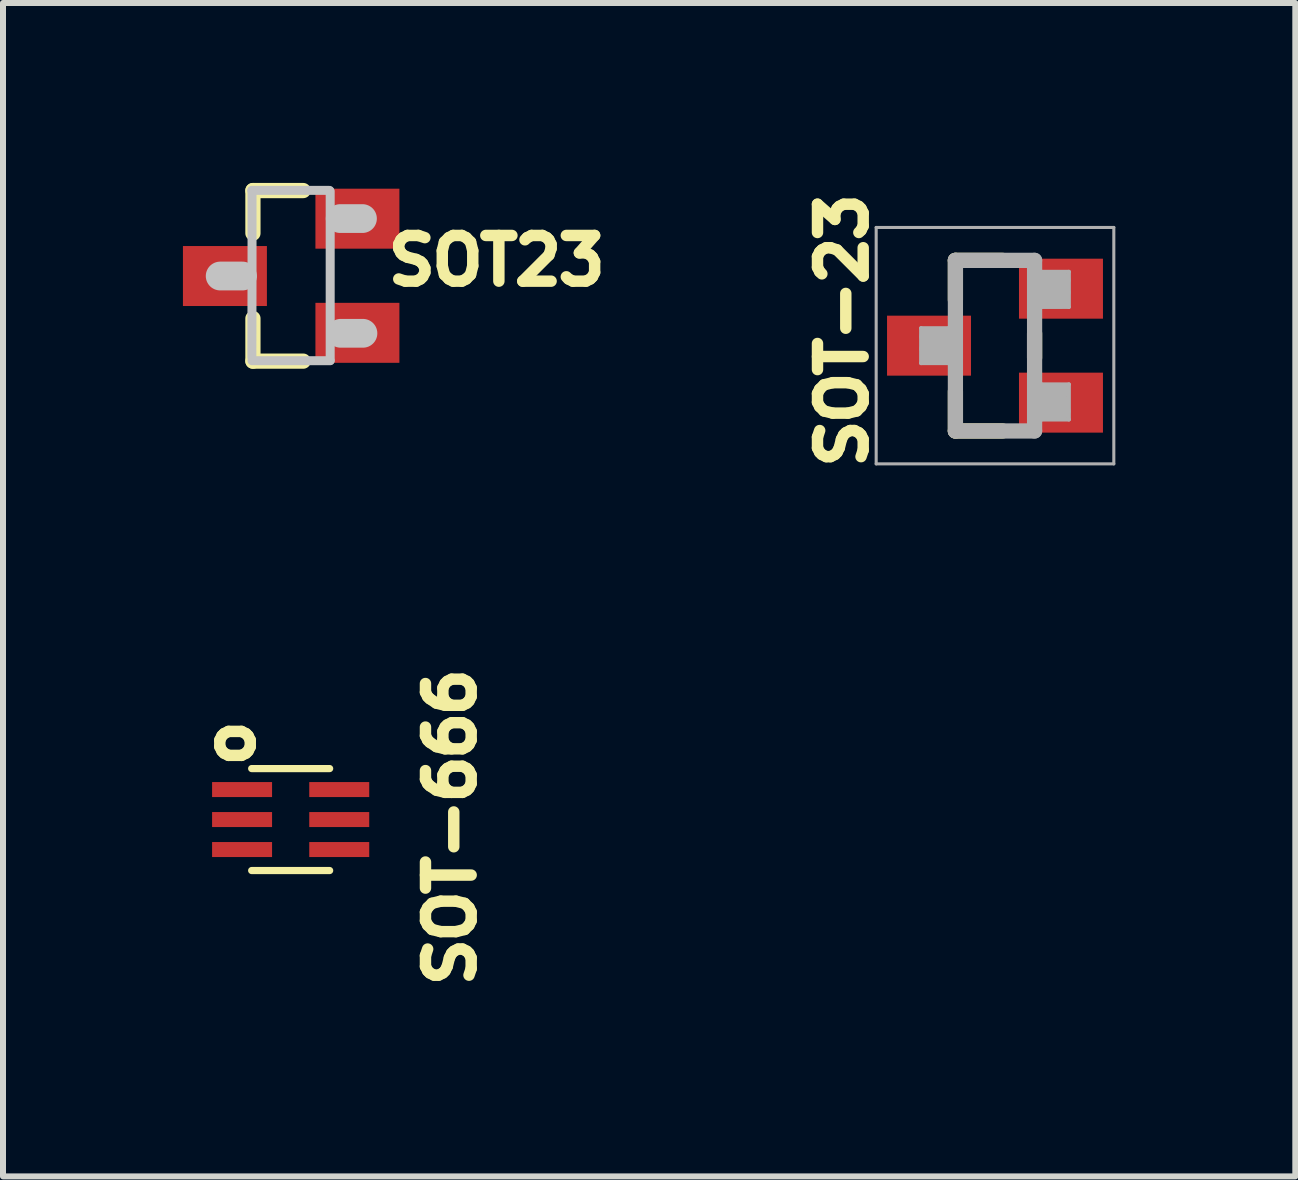
<source format=kicad_pcb>
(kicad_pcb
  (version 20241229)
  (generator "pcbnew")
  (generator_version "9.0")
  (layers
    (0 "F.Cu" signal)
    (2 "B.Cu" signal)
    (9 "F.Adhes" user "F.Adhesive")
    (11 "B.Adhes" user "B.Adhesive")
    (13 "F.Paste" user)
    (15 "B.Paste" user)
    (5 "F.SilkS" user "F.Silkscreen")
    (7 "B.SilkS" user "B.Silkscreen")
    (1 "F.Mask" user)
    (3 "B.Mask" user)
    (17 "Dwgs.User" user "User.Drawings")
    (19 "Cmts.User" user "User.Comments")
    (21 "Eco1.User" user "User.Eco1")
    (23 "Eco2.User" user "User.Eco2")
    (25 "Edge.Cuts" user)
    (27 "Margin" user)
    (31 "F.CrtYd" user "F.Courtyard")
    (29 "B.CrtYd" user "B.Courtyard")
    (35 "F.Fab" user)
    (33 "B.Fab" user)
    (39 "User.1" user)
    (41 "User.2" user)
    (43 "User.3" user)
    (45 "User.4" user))
  (footprint "SOT23"
    (layer "F.Cu")
    (at 1.802 1.549)
    (property "Reference" "SOT23" (at 3.429 -0.254 180) (layer "F.SilkS") (effects (font (size 0.762 0.762) (thickness 0.191))))
    (attr smd)
    (fp_line (start -0.635 -1.422) (end -0.635 -0.711) (stroke (width 0.254) (type solid)) (layer "F.SilkS"))
    (fp_line (start -0.635 0.711) (end -0.635 1.422) (stroke (width 0.254) (type solid)) (layer "F.SilkS"))
    (fp_line (start 0.203 -1.422) (end -0.635 -1.422) (stroke (width 0.254) (type solid)) (layer "F.SilkS"))
    (fp_line (start 0.203 1.422) (end -0.635 1.422) (stroke (width 0.254) (type solid)) (layer "F.SilkS"))
    (fp_line (start -0.81 0.003) (end -1.181 0.003) (stroke (width 0.48) (type solid)) (layer "Dwgs.User"))
    (fp_line (start -0.655 -1.425) (end 0.643 -1.425) (stroke (width 0.15) (type solid)) (layer "Dwgs.User"))
    (fp_line (start -0.65 0.005) (end -0.65 -1.417) (stroke (width 0.15) (type solid)) (layer "Dwgs.User"))
    (fp_line (start -0.65 0.008) (end -0.653 1.356) (stroke (width 0.15) (type solid)) (layer "Dwgs.User"))
    (fp_line (start 0.653 -1.41) (end 0.653 1.41) (stroke (width 0.15) (type solid)) (layer "Dwgs.User"))
    (fp_line (start 0.653 1.415) (end -0.65 1.415) (stroke (width 0.15) (type solid)) (layer "Dwgs.User"))
    (fp_line (start 1.191 -0.955) (end 0.82 -0.955) (stroke (width 0.48) (type solid)) (layer "Dwgs.User"))
    (fp_line (start 1.199 0.958) (end 0.828 0.958) (stroke (width 0.48) (type solid)) (layer "Dwgs.User"))
    (pad "1" smd rect (at 1.107 0.95) (size 1.4 1) (layers "F.Cu" "F.Mask" "F.Paste"))
    (pad "2" smd rect (at 1.107 -0.953) (size 1.4 1) (layers "F.Cu" "F.Mask" "F.Paste"))
    (pad "3" smd rect (at -1.102 0.003) (size 1.4 1) (layers "F.Cu" "F.Mask" "F.Paste")))
  (footprint "SOT-23"
    (layer "F.Cu")
    (at 13.539 2.713)
    (property "Reference" "SOT-23" (at -2.54 -0.254 90) (layer "F.SilkS") (effects (font (size 0.762 0.762) (thickness 0.191))))
    (attr smd)
    (fp_line (start -0.66 -1.422) (end 0.127 -1.422) (stroke (width 0.254) (type solid)) (layer "F.SilkS"))
    (fp_line (start -0.66 -0.762) (end -0.66 -1.422) (stroke (width 0.254) (type solid)) (layer "F.SilkS"))
    (fp_line (start -0.66 1.422) (end -0.66 0.762) (stroke (width 0.254) (type solid)) (layer "F.SilkS"))
    (fp_line (start 0.127 1.422) (end -0.66 1.422) (stroke (width 0.254) (type solid)) (layer "F.SilkS"))
    (fp_line (start 0.66 0.203) (end 0.66 -0.203) (stroke (width 0.254) (type solid)) (layer "F.SilkS"))
    (fp_line (start -1.981 -1.971) (end 1.981 -1.971) (stroke (width 0.051) (type solid)) (layer "F.Fab"))
    (fp_line (start -1.981 1.971) (end -1.981 -1.971) (stroke (width 0.051) (type solid)) (layer "F.Fab"))
    (fp_line (start -1.232 -0.292) (end -0.775 -0.292) (stroke (width 0.066) (type solid)) (layer "F.Fab"))
    (fp_line (start -1.232 0.292) (end -1.232 -0.292) (stroke (width 0.066) (type solid)) (layer "F.Fab"))
    (fp_line (start -1.232 0.292) (end -0.775 0.292) (stroke (width 0.066) (type solid)) (layer "F.Fab"))
    (fp_line (start -0.775 0.292) (end -0.775 -0.292) (stroke (width 0.066) (type solid)) (layer "F.Fab"))
    (fp_line (start -0.762 0.051) (end -1.118 0.051) (stroke (width 0.28) (type solid)) (layer "F.Fab"))
    (fp_line (start -0.762 0.178) (end -1.092 0.178) (stroke (width 0.28) (type solid)) (layer "F.Fab"))
    (fp_line (start -0.737 -0.152) (end -1.118 -0.152) (stroke (width 0.28) (type solid)) (layer "F.Fab"))
    (fp_line (start -0.66 -1.422) (end 0.66 -1.422) (stroke (width 0.254) (type solid)) (layer "F.Fab"))
    (fp_line (start -0.66 1.422) (end -0.66 -1.422) (stroke (width 0.254) (type solid)) (layer "F.Fab"))
    (fp_line (start 0.66 -1.422) (end 0.66 1.422) (stroke (width 0.254) (type solid)) (layer "F.Fab"))
    (fp_line (start 0.66 1.422) (end -0.66 1.422) (stroke (width 0.254) (type solid)) (layer "F.Fab"))
    (fp_line (start 0.711 -1.092) (end 1.118 -1.092) (stroke (width 0.28) (type solid)) (layer "F.Fab"))
    (fp_line (start 0.711 -0.762) (end 1.092 -0.762) (stroke (width 0.28) (type solid)) (layer "F.Fab"))
    (fp_line (start 0.762 -0.889) (end 1.118 -0.889) (stroke (width 0.28) (type solid)) (layer "F.Fab"))
    (fp_line (start 0.762 0.762) (end 1.092 0.762) (stroke (width 0.28) (type solid)) (layer "F.Fab"))
    (fp_line (start 0.775 -1.232) (end 1.232 -1.232) (stroke (width 0.066) (type solid)) (layer "F.Fab"))
    (fp_line (start 0.775 -0.645) (end 0.775 -1.232) (stroke (width 0.066) (type solid)) (layer "F.Fab"))
    (fp_line (start 0.775 -0.645) (end 1.232 -0.645) (stroke (width 0.066) (type solid)) (layer "F.Fab"))
    (fp_line (start 0.775 0.645) (end 1.232 0.645) (stroke (width 0.066) (type solid)) (layer "F.Fab"))
    (fp_line (start 0.775 1.232) (end 0.775 0.645) (stroke (width 0.066) (type solid)) (layer "F.Fab"))
    (fp_line (start 0.775 1.232) (end 1.232 1.232) (stroke (width 0.066) (type solid)) (layer "F.Fab"))
    (fp_line (start 0.787 0.94) (end 1.092 0.94) (stroke (width 0.28) (type solid)) (layer "F.Fab"))
    (fp_line (start 0.787 1.092) (end 1.118 1.092) (stroke (width 0.28) (type solid)) (layer "F.Fab"))
    (fp_line (start 1.232 -0.645) (end 1.232 -1.232) (stroke (width 0.066) (type solid)) (layer "F.Fab"))
    (fp_line (start 1.232 1.232) (end 1.232 0.645) (stroke (width 0.066) (type solid)) (layer "F.Fab"))
    (fp_line (start 1.981 -1.971) (end 1.981 1.971) (stroke (width 0.051) (type solid)) (layer "F.Fab"))
    (fp_line (start 1.981 1.971) (end -1.981 1.971) (stroke (width 0.051) (type solid)) (layer "F.Fab"))
    (pad "1" smd rect (at 1.1 0.95 90) (size 1 1.4) (layers "F.Cu" "F.Mask" "F.Paste"))
    (pad "2" smd rect (at 1.1 -0.95 90) (size 1 1.4) (layers "F.Cu" "F.Mask" "F.Paste"))
    (pad "3" smd rect (at -1.1 0 90) (size 1 1.4) (layers "F.Cu" "F.Mask" "F.Paste")))
  (footprint "SOT-666"
    (layer "F.Cu")
    (at 1.796 10.614)
    (property "Reference" "SOT-666" (at 2.667 0.127 90) (layer "F.SilkS") (effects (font (size 0.762 0.762) (thickness 0.191))))
    (attr through_hole)
    (fp_line (start -0.65 -0.85) (end 0.65 -0.85) (stroke (width 0.12) (type solid)) (layer "F.SilkS"))
    (fp_line (start -0.65 0.85) (end 0.65 0.85) (stroke (width 0.12) (type solid)) (layer "F.SilkS"))
    (fp_text user "o" (at -1.016 -1.27 90) (layer "F.SilkS") (effects (font (size 0.762 0.762) (thickness 0.191))))
    (pad "1" smd rect (at -0.81 -0.5) (size 1 0.25) (layers "F.Cu" "F.Mask" "F.Paste"))
    (pad "2" smd rect (at -0.81 0) (size 1 0.25) (layers "F.Cu" "F.Mask" "F.Paste"))
    (pad "3" smd rect (at -0.81 0.5) (size 1 0.25) (layers "F.Cu" "F.Mask" "F.Paste"))
    (pad "4" smd rect (at 0.81 0.5) (size 1 0.25) (layers "F.Cu" "F.Mask" "F.Paste"))
    (pad "5" smd rect (at 0.81 0) (size 1 0.25) (layers "F.Cu" "F.Mask" "F.Paste"))
    (pad "6" smd rect (at 0.81 -0.5) (size 1 0.25) (layers "F.Cu" "F.Mask" "F.Paste")))
  (gr_rect
    (start -3 -3)
    (end 18.546 16.563)
    (stroke (width 0.1) (type default))
    (fill no)
    (layer "Edge.Cuts")))
</source>
